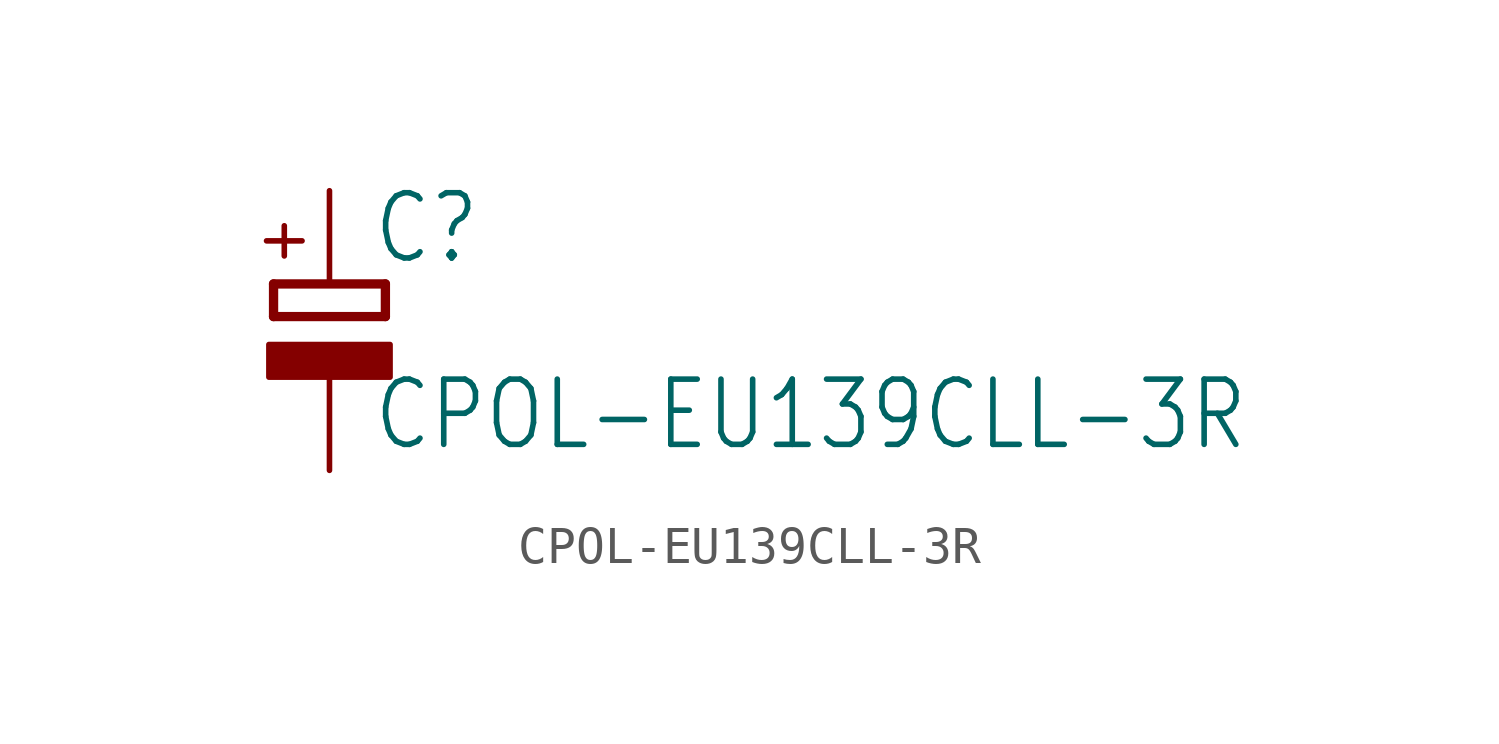
<source format=kicad_sym>
(kicad_symbol_lib
  (version 20220914)
  (generator kicad_symbol_editor)
  (symbol "CPOL-EU139CLL-3R"
    (property "Reference" "C"
      (at 1.143 0.483 0)
      (effects (font (size 1.778 1.511)) (justify left bottom)))
    (property "Value" "CPOL-EU139CLL-3R"
      (at 1.143 -4.597 0)
      (effects (font (size 1.778 1.511)) (justify left bottom)))
    (property "ki_locked" ""
      (at 0 0 0)
      (effects (font (size 1.27 1.27))))
    (symbol "CPOL-EU139CLL-3R_1_0"
      (rectangle (start -1.651 -2.54) (end 1.651 -1.651) (stroke (width 0) (type default)) (fill (type outline)))
      (polyline (pts (xy -1.524 -0.889) (xy 1.524 -0.889)) (stroke (width 0.254) (type default)) (fill (type none)))
      (polyline (pts (xy -1.524 0) (xy -1.524 -0.889)) (stroke (width 0.254) (type default)) (fill (type none)))
      (polyline (pts (xy -1.524 0) (xy 1.524 0)) (stroke (width 0.254) (type default)) (fill (type none)))
      (polyline (pts (xy 1.524 -0.889) (xy 1.524 0)) (stroke (width 0.254) (type default)) (fill (type none)))
      (text "+" (at -0.584 0.406 900) (effects (font (size 1.27 1.079)) (justify left bottom)))
      (pin passive line (at 0 2.54 270) (length 2.54) (name "+" (effects (font (size 0 0)))) (number "+" (effects (font (size 0 0)))))
      (pin passive line (at 0 -5.08 90) (length 2.54) (name "-" (effects (font (size 0 0)))) (number "-" (effects (font (size 0 0))))))))
</source>
